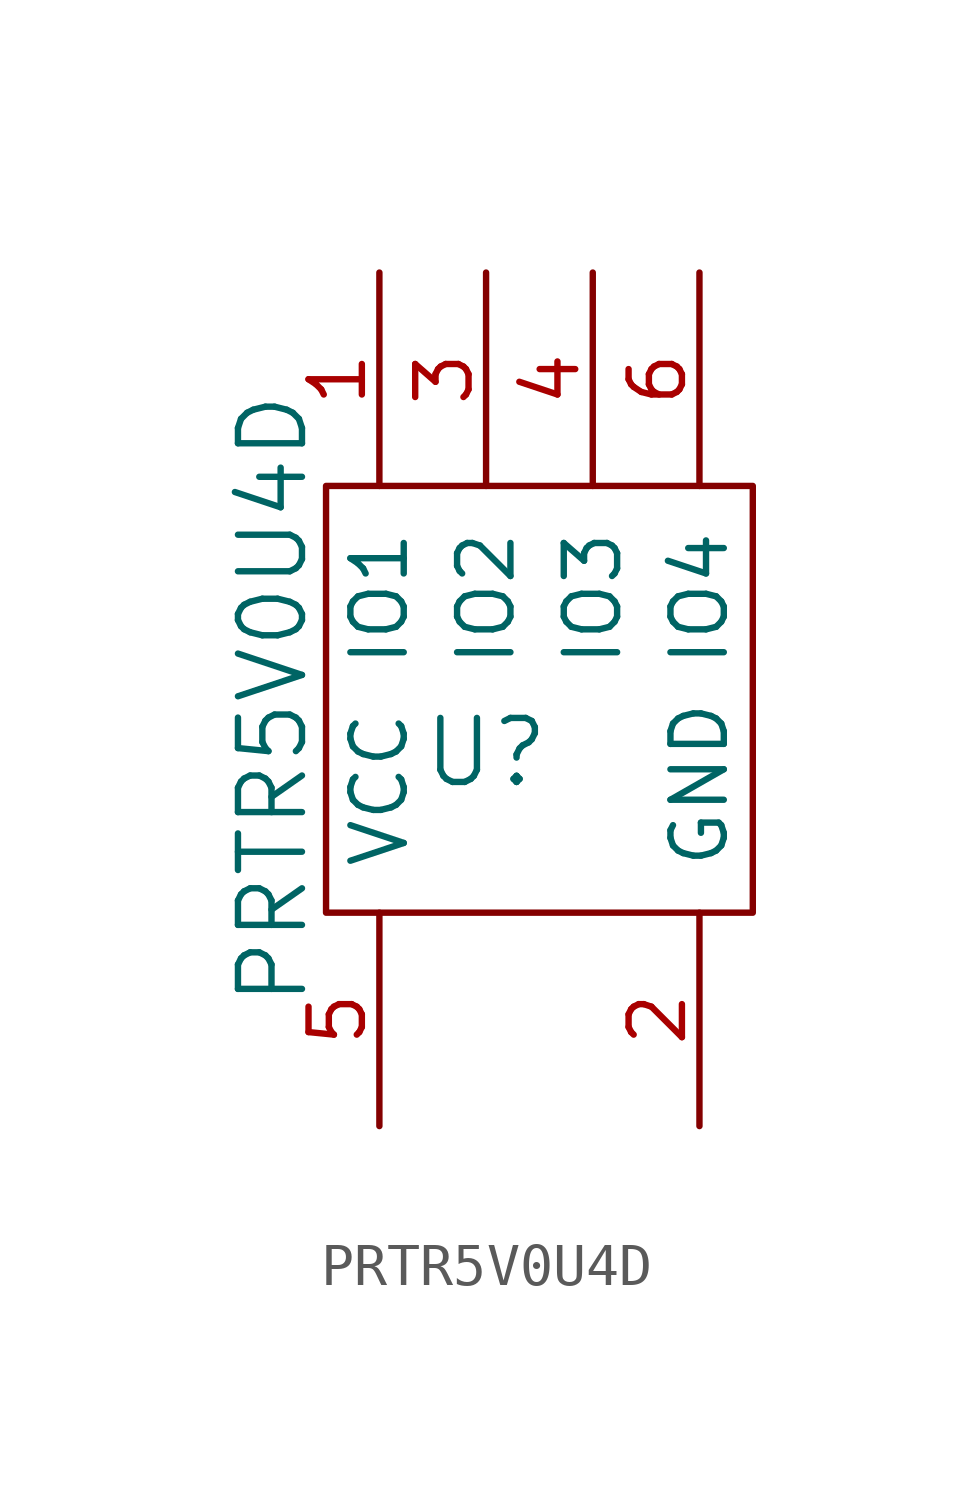
<source format=kicad_sym>
(kicad_symbol_lib
  (version 20231120)
  (generator "kicad_symbol_editor")
  (generator_version "8.0")
  (symbol "PRTR5V0U4D"
    (pin_names
      (offset 1.016))
    (property "Reference" "U"
      (at 0 -5.08 0)
      (effects (font (size 1.524 1.524))))
    (property "Value" "PRTR5V0U4D"
      (at -5.08 -3.81 90)
      (effects (font (size 1.524 1.524))))
    (symbol "PRTR5V0U4D_0_1"
      (rectangle (start -3.81 1.27) (end 6.35 -8.89) (stroke (width 0) (type solid)) (fill (type none))))
    (symbol "PRTR5V0U4D_1_1"
      (pin input line (at -2.54 6.35 270) (length 5.08) (name "IO1" (effects (font (size 1.27 1.27)))) (number "1" (effects (font (size 1.27 1.27)))))
      (pin input line (at 5.08 -13.97 90) (length 5.08) (name "GND" (effects (font (size 1.27 1.27)))) (number "2" (effects (font (size 1.27 1.27)))))
      (pin input line (at 0 6.35 270) (length 5.08) (name "IO2" (effects (font (size 1.27 1.27)))) (number "3" (effects (font (size 1.27 1.27)))))
      (pin input line (at 2.54 6.35 270) (length 5.08) (name "IO3" (effects (font (size 1.27 1.27)))) (number "4" (effects (font (size 1.27 1.27)))))
      (pin input line (at -2.54 -13.97 90) (length 5.08) (name "VCC" (effects (font (size 1.27 1.27)))) (number "5" (effects (font (size 1.27 1.27)))))
      (pin input line (at 5.08 6.35 270) (length 5.08) (name "IO4" (effects (font (size 1.27 1.27)))) (number "6" (effects (font (size 1.27 1.27))))))))
</source>
